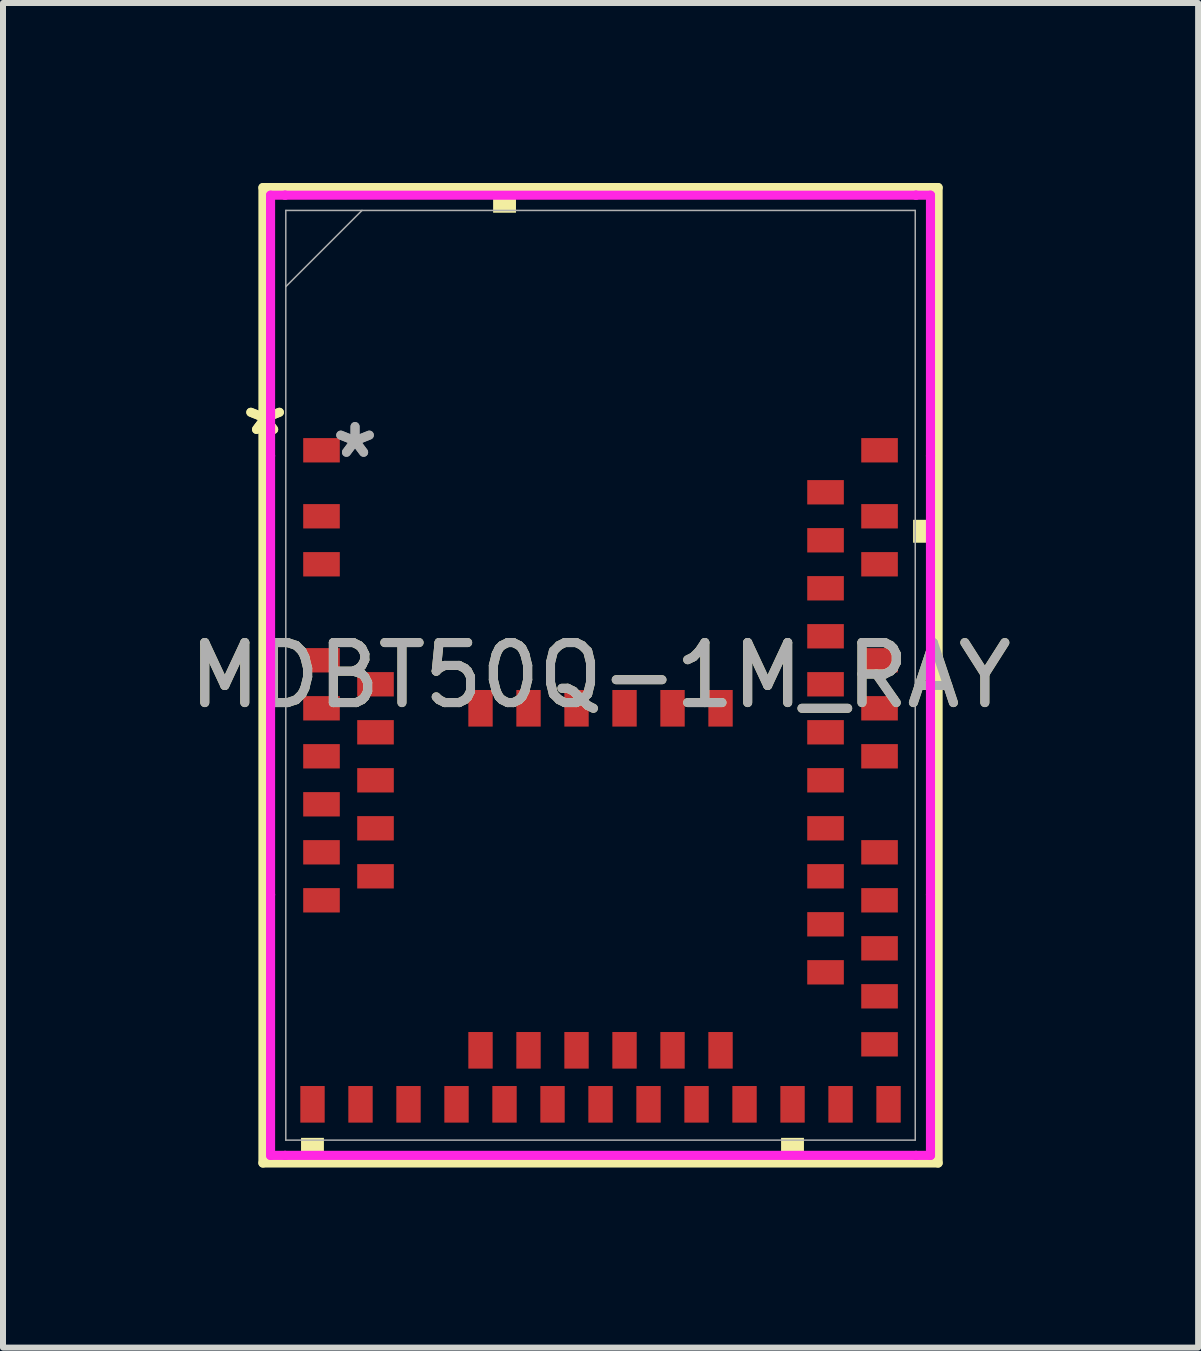
<source format=kicad_pcb>
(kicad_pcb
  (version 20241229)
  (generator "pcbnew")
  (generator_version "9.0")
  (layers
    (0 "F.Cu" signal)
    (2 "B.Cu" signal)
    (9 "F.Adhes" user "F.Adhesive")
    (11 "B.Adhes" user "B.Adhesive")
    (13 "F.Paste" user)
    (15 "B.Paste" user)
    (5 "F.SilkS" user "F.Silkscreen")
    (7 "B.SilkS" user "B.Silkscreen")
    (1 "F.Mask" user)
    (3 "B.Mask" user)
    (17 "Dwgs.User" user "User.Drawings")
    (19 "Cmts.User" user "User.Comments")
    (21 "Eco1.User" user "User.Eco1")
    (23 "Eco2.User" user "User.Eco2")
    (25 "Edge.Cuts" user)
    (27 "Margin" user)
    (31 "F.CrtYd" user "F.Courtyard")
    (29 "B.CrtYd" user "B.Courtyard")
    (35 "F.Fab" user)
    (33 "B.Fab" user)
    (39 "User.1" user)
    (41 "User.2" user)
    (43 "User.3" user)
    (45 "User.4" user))
  (footprint "MDBT50Q-1M_RAY"
    (layer "F.Cu")
    (at 6.958 8.204)
    (property "Reference" "MDBT50Q-1M_RAY" (at 0 0 0) (unlocked yes) (layer "F.SilkS") (effects (font (size 1 1) (thickness 0.15))))
    (attr smd)
    (fp_line (start -5.626 -8.128) (end -5.626 8.128) (stroke (width 0.152) (type solid)) (layer "F.SilkS"))
    (fp_line (start -5.626 8.128) (end 5.626 8.128) (stroke (width 0.152) (type solid)) (layer "F.SilkS"))
    (fp_line (start 5.626 -8.128) (end -5.626 -8.128) (stroke (width 0.152) (type solid)) (layer "F.SilkS"))
    (fp_line (start 5.626 8.128) (end 5.626 -8.128) (stroke (width 0.152) (type solid)) (layer "F.SilkS"))
    (fp_poly (pts (xy -4.991 7.709) (xy -4.991 7.963) (xy -4.61 7.963) (xy -4.61 7.709)) (stroke (width 0) (type solid)) (fill yes) (layer "F.SilkS"))
    (fp_poly (pts (xy -1.79 -7.709) (xy -1.79 -7.963) (xy -1.409 -7.963) (xy -1.409 -7.709)) (stroke (width 0) (type solid)) (fill yes) (layer "F.SilkS"))
    (fp_poly (pts (xy 3.009 7.709) (xy 3.009 7.963) (xy 3.39 7.963) (xy 3.39 7.709)) (stroke (width 0) (type solid)) (fill yes) (layer "F.SilkS"))
    (fp_poly (pts (xy 5.463 -2.591) (xy 5.463 -2.209) (xy 5.209 -2.209) (xy 5.209 -2.591)) (stroke (width 0) (type solid)) (fill yes) (layer "F.SilkS"))
    (fp_line (start -5.499 -8.001) (end -5.257 -8.001) (stroke (width 0.152) (type solid)) (layer "F.CrtYd"))
    (fp_line (start -5.499 -3.657) (end -5.499 -8.001) (stroke (width 0.152) (type solid)) (layer "F.CrtYd"))
    (fp_line (start -5.499 -3.657) (end -5.499 -3.657) (stroke (width 0.152) (type solid)) (layer "F.CrtYd"))
    (fp_line (start -5.499 3.657) (end -5.499 -3.657) (stroke (width 0.152) (type solid)) (layer "F.CrtYd"))
    (fp_line (start -5.499 3.657) (end -5.499 3.657) (stroke (width 0.152) (type solid)) (layer "F.CrtYd"))
    (fp_line (start -5.499 8.001) (end -5.499 3.657) (stroke (width 0.152) (type solid)) (layer "F.CrtYd"))
    (fp_line (start -5.257 -8.001) (end -5.257 -8.001) (stroke (width 0.152) (type solid)) (layer "F.CrtYd"))
    (fp_line (start -5.257 -8.001) (end 5.257 -8.001) (stroke (width 0.152) (type solid)) (layer "F.CrtYd"))
    (fp_line (start -5.257 8.001) (end -5.499 8.001) (stroke (width 0.152) (type solid)) (layer "F.CrtYd"))
    (fp_line (start -5.257 8.001) (end -5.257 8.001) (stroke (width 0.152) (type solid)) (layer "F.CrtYd"))
    (fp_line (start 5.257 -8.001) (end 5.257 -8.001) (stroke (width 0.152) (type solid)) (layer "F.CrtYd"))
    (fp_line (start 5.257 -8.001) (end 5.499 -8.001) (stroke (width 0.152) (type solid)) (layer "F.CrtYd"))
    (fp_line (start 5.257 8.001) (end -5.257 8.001) (stroke (width 0.152) (type solid)) (layer "F.CrtYd"))
    (fp_line (start 5.257 8.001) (end 5.257 8.001) (stroke (width 0.152) (type solid)) (layer "F.CrtYd"))
    (fp_line (start 5.499 -8.001) (end 5.499 -3.657) (stroke (width 0.152) (type solid)) (layer "F.CrtYd"))
    (fp_line (start 5.499 -3.657) (end 5.499 -3.657) (stroke (width 0.152) (type solid)) (layer "F.CrtYd"))
    (fp_line (start 5.499 -3.657) (end 5.499 3.657) (stroke (width 0.152) (type solid)) (layer "F.CrtYd"))
    (fp_line (start 5.499 3.657) (end 5.499 3.657) (stroke (width 0.152) (type solid)) (layer "F.CrtYd"))
    (fp_line (start 5.499 3.657) (end 5.499 8.001) (stroke (width 0.152) (type solid)) (layer "F.CrtYd"))
    (fp_line (start 5.499 8.001) (end 5.257 8.001) (stroke (width 0.152) (type solid)) (layer "F.CrtYd"))
    (fp_line (start -5.245 -7.747) (end -5.245 7.747) (stroke (width 0.025) (type solid)) (layer "F.Fab"))
    (fp_line (start -5.245 -6.477) (end -3.975 -7.747) (stroke (width 0.025) (type solid)) (layer "F.Fab"))
    (fp_line (start -5.245 7.747) (end 5.245 7.747) (stroke (width 0.025) (type solid)) (layer "F.Fab"))
    (fp_line (start 5.245 -7.747) (end -5.245 -7.747) (stroke (width 0.025) (type solid)) (layer "F.Fab"))
    (fp_line (start 5.245 7.747) (end 5.245 -7.747) (stroke (width 0.025) (type solid)) (layer "F.Fab"))
    (fp_text user "*" (at -5.59 -3.981 0) (layer "F.SilkS") (effects (font (size 1 1) (thickness 0.15))))
    (fp_text user "*" (at -5.59 -3.981 0) (unlocked yes) (layer "F.SilkS") (effects (font (size 1 1) (thickness 0.15))))
    (fp_text user "*" (at -4.091 -3.6 0) (layer "F.Fab") (effects (font (size 1 1) (thickness 0.15))))
    (fp_text user "${REFERENCE}" (at 0 0 0) (unlocked yes) (layer "F.Fab") (effects (font (size 1 1) (thickness 0.15))))
    (fp_text user "*" (at -4.091 -3.6 0) (unlocked yes) (layer "F.Fab") (effects (font (size 1 1) (thickness 0.15))))
    (pad "1" smd rect (at -4.65 -3.75 90) (size 0.406 0.61) (layers "F.Cu" "F.Mask" "F.Paste"))
    (pad "2" smd rect (at -4.65 -2.65 90) (size 0.406 0.61) (layers "F.Cu" "F.Mask" "F.Paste"))
    (pad "3" smd rect (at -4.65 -1.85 90) (size 0.406 0.61) (layers "F.Cu" "F.Mask" "F.Paste"))
    (pad "4" smd rect (at -4.65 -0.25 90) (size 0.406 0.61) (layers "F.Cu" "F.Mask" "F.Paste"))
    (pad "5" smd rect (at -3.75 0.15 90) (size 0.406 0.61) (layers "F.Cu" "F.Mask" "F.Paste"))
    (pad "6" smd rect (at -4.65 0.55 90) (size 0.406 0.61) (layers "F.Cu" "F.Mask" "F.Paste"))
    (pad "7" smd rect (at -3.75 0.95 90) (size 0.406 0.61) (layers "F.Cu" "F.Mask" "F.Paste"))
    (pad "8" smd rect (at -4.65 1.35 90) (size 0.406 0.61) (layers "F.Cu" "F.Mask" "F.Paste"))
    (pad "9" smd rect (at -3.75 1.75 90) (size 0.406 0.61) (layers "F.Cu" "F.Mask" "F.Paste"))
    (pad "10" smd rect (at -4.65 2.15 90) (size 0.406 0.61) (layers "F.Cu" "F.Mask" "F.Paste"))
    (pad "11" smd rect (at -3.75 2.55 90) (size 0.406 0.61) (layers "F.Cu" "F.Mask" "F.Paste"))
    (pad "12" smd rect (at -4.65 2.95 90) (size 0.406 0.61) (layers "F.Cu" "F.Mask" "F.Paste"))
    (pad "13" smd rect (at -3.75 3.35 90) (size 0.406 0.61) (layers "F.Cu" "F.Mask" "F.Paste"))
    (pad "14" smd rect (at -4.65 3.75 90) (size 0.406 0.61) (layers "F.Cu" "F.Mask" "F.Paste"))
    (pad "15" smd rect (at -4.8 7.15) (size 0.406 0.61) (layers "F.Cu" "F.Mask" "F.Paste"))
    (pad "16" smd rect (at -4 7.15) (size 0.406 0.61) (layers "F.Cu" "F.Mask" "F.Paste"))
    (pad "17" smd rect (at -3.2 7.15) (size 0.406 0.61) (layers "F.Cu" "F.Mask" "F.Paste"))
    (pad "18" smd rect (at -2.4 7.15) (size 0.406 0.61) (layers "F.Cu" "F.Mask" "F.Paste"))
    (pad "19" smd rect (at -2 6.25) (size 0.406 0.61) (layers "F.Cu" "F.Mask" "F.Paste"))
    (pad "20" smd rect (at -1.6 7.15) (size 0.406 0.61) (layers "F.Cu" "F.Mask" "F.Paste"))
    (pad "21" smd rect (at -1.2 6.25) (size 0.406 0.61) (layers "F.Cu" "F.Mask" "F.Paste"))
    (pad "22" smd rect (at -0.8 7.15) (size 0.406 0.61) (layers "F.Cu" "F.Mask" "F.Paste"))
    (pad "23" smd rect (at -0.4 6.25) (size 0.406 0.61) (layers "F.Cu" "F.Mask" "F.Paste"))
    (pad "24" smd rect (at 0 7.15) (size 0.406 0.61) (layers "F.Cu" "F.Mask" "F.Paste"))
    (pad "25" smd rect (at 0.4 6.25) (size 0.406 0.61) (layers "F.Cu" "F.Mask" "F.Paste"))
    (pad "26" smd rect (at 0.8 7.15) (size 0.406 0.61) (layers "F.Cu" "F.Mask" "F.Paste"))
    (pad "27" smd rect (at 1.2 6.25) (size 0.406 0.61) (layers "F.Cu" "F.Mask" "F.Paste"))
    (pad "28" smd rect (at 1.6 7.15) (size 0.406 0.61) (layers "F.Cu" "F.Mask" "F.Paste"))
    (pad "29" smd rect (at 2 6.25) (size 0.406 0.61) (layers "F.Cu" "F.Mask" "F.Paste"))
    (pad "30" smd rect (at 2.4 7.15) (size 0.406 0.61) (layers "F.Cu" "F.Mask" "F.Paste"))
    (pad "31" smd rect (at 3.2 7.15) (size 0.406 0.61) (layers "F.Cu" "F.Mask" "F.Paste"))
    (pad "32" smd rect (at 4 7.15) (size 0.406 0.61) (layers "F.Cu" "F.Mask" "F.Paste"))
    (pad "33" smd rect (at 4.8 7.15) (size 0.406 0.61) (layers "F.Cu" "F.Mask" "F.Paste"))
    (pad "34" smd rect (at 4.65 6.15 90) (size 0.406 0.61) (layers "F.Cu" "F.Mask" "F.Paste"))
    (pad "35" smd rect (at 4.65 5.35 90) (size 0.406 0.61) (layers "F.Cu" "F.Mask" "F.Paste"))
    (pad "36" smd rect (at 3.75 4.95 90) (size 0.406 0.61) (layers "F.Cu" "F.Mask" "F.Paste"))
    (pad "37" smd rect (at 4.65 4.55 90) (size 0.406 0.61) (layers "F.Cu" "F.Mask" "F.Paste"))
    (pad "38" smd rect (at 3.75 4.15 90) (size 0.406 0.61) (layers "F.Cu" "F.Mask" "F.Paste"))
    (pad "39" smd rect (at 4.65 3.75 90) (size 0.406 0.61) (layers "F.Cu" "F.Mask" "F.Paste"))
    (pad "40" smd rect (at 3.75 3.35 90) (size 0.406 0.61) (layers "F.Cu" "F.Mask" "F.Paste"))
    (pad "41" smd rect (at 4.65 2.95 90) (size 0.406 0.61) (layers "F.Cu" "F.Mask" "F.Paste"))
    (pad "42" smd rect (at 3.75 2.55 90) (size 0.406 0.61) (layers "F.Cu" "F.Mask" "F.Paste"))
    (pad "43" smd rect (at 3.75 1.75 90) (size 0.406 0.61) (layers "F.Cu" "F.Mask" "F.Paste"))
    (pad "44" smd rect (at 4.65 1.35 90) (size 0.406 0.61) (layers "F.Cu" "F.Mask" "F.Paste"))
    (pad "45" smd rect (at 3.75 0.95 90) (size 0.406 0.61) (layers "F.Cu" "F.Mask" "F.Paste"))
    (pad "46" smd rect (at 4.65 0.55 90) (size 0.406 0.61) (layers "F.Cu" "F.Mask" "F.Paste"))
    (pad "47" smd rect (at 3.75 0.15 90) (size 0.406 0.61) (layers "F.Cu" "F.Mask" "F.Paste"))
    (pad "48" smd rect (at 4.65 -0.25 90) (size 0.406 0.61) (layers "F.Cu" "F.Mask" "F.Paste"))
    (pad "49" smd rect (at 3.75 -0.65 90) (size 0.406 0.61) (layers "F.Cu" "F.Mask" "F.Paste"))
    (pad "50" smd rect (at 3.75 -1.45 90) (size 0.406 0.61) (layers "F.Cu" "F.Mask" "F.Paste"))
    (pad "51" smd rect (at 4.65 -1.85 90) (size 0.406 0.61) (layers "F.Cu" "F.Mask" "F.Paste"))
    (pad "52" smd rect (at 3.75 -2.25 90) (size 0.406 0.61) (layers "F.Cu" "F.Mask" "F.Paste"))
    (pad "53" smd rect (at 4.65 -2.65 90) (size 0.406 0.61) (layers "F.Cu" "F.Mask" "F.Paste"))
    (pad "54" smd rect (at 3.75 -3.05 90) (size 0.406 0.61) (layers "F.Cu" "F.Mask" "F.Paste"))
    (pad "55" smd rect (at 4.65 -3.75 90) (size 0.406 0.61) (layers "F.Cu" "F.Mask" "F.Paste"))
    (pad "56" smd rect (at -2 0.55) (size 0.406 0.61) (layers "F.Cu" "F.Mask" "F.Paste"))
    (pad "57" smd rect (at -1.2 0.55) (size 0.406 0.61) (layers "F.Cu" "F.Mask" "F.Paste"))
    (pad "58" smd rect (at -0.4 0.55) (size 0.406 0.61) (layers "F.Cu" "F.Mask" "F.Paste"))
    (pad "59" smd rect (at 0.4 0.55) (size 0.406 0.61) (layers "F.Cu" "F.Mask" "F.Paste"))
    (pad "60" smd rect (at 1.2 0.55) (size 0.406 0.61) (layers "F.Cu" "F.Mask" "F.Paste"))
    (pad "61" smd rect (at 2 0.55) (size 0.406 0.61) (layers "F.Cu" "F.Mask" "F.Paste")))
  (gr_rect
    (start -3 -3)
    (end 16.917 19.408)
    (stroke (width 0.1) (type default))
    (fill no)
    (layer "Edge.Cuts")))
</source>
